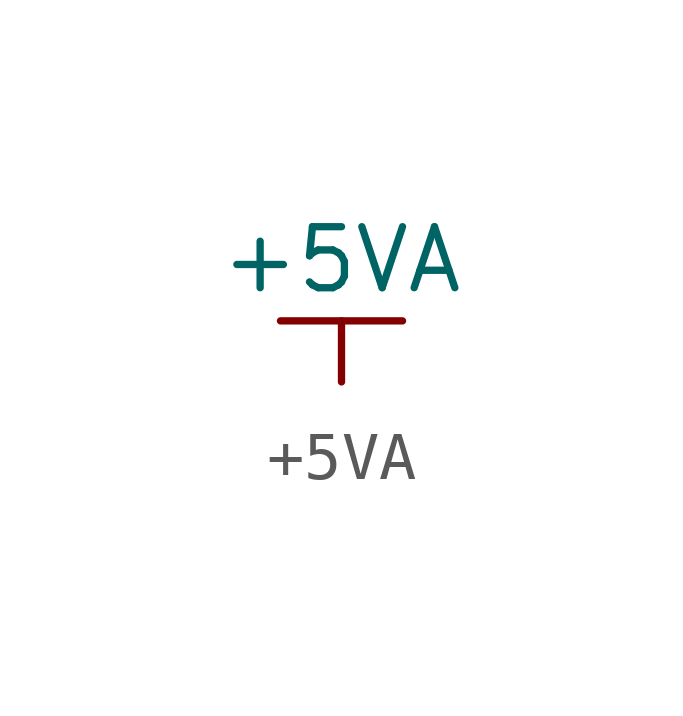
<source format=kicad_sym>
(kicad_symbol_lib
  (version 20211014)
  (generator kicad_symbol_editor)
  (symbol "+5VA"
    (power)
    (pin_names
      (offset 0))
    (property "Reference" "#PWR"
      (at 0 -3.81 0)
      (effects (font (size 1.27 1.27)) hide))
    (property "Value" "+5VA"
      (at 0 2.54 0)
      (effects (font (size 1.27 1.27))))
    (property "Footprint" ""
      (at 0 0 0)
      (effects (font (size 1.27 1.27))))
    (property "Datasheet" ""
      (at 0 0 0)
      (effects (font (size 1.27 1.27))))
    (symbol "+5VA_0_1"
      (polyline (pts (xy 0 0) (xy 0 1.27)) (stroke (width 0) (type default) (color 0 0 0 0)) (fill (type none)))
      (polyline (pts (xy 1.27 1.27) (xy -1.27 1.27)) (stroke (width 0) (type default) (color 0 0 0 0)) (fill (type none))))
    (symbol "+5VA_1_1"
      (pin power_in line (at 0 0 90) (length 0) hide (name "+5VA" (effects (font (size 1.27 1.27)))) (number "1" (effects (font (size 1.27 1.27))))))))
</source>
